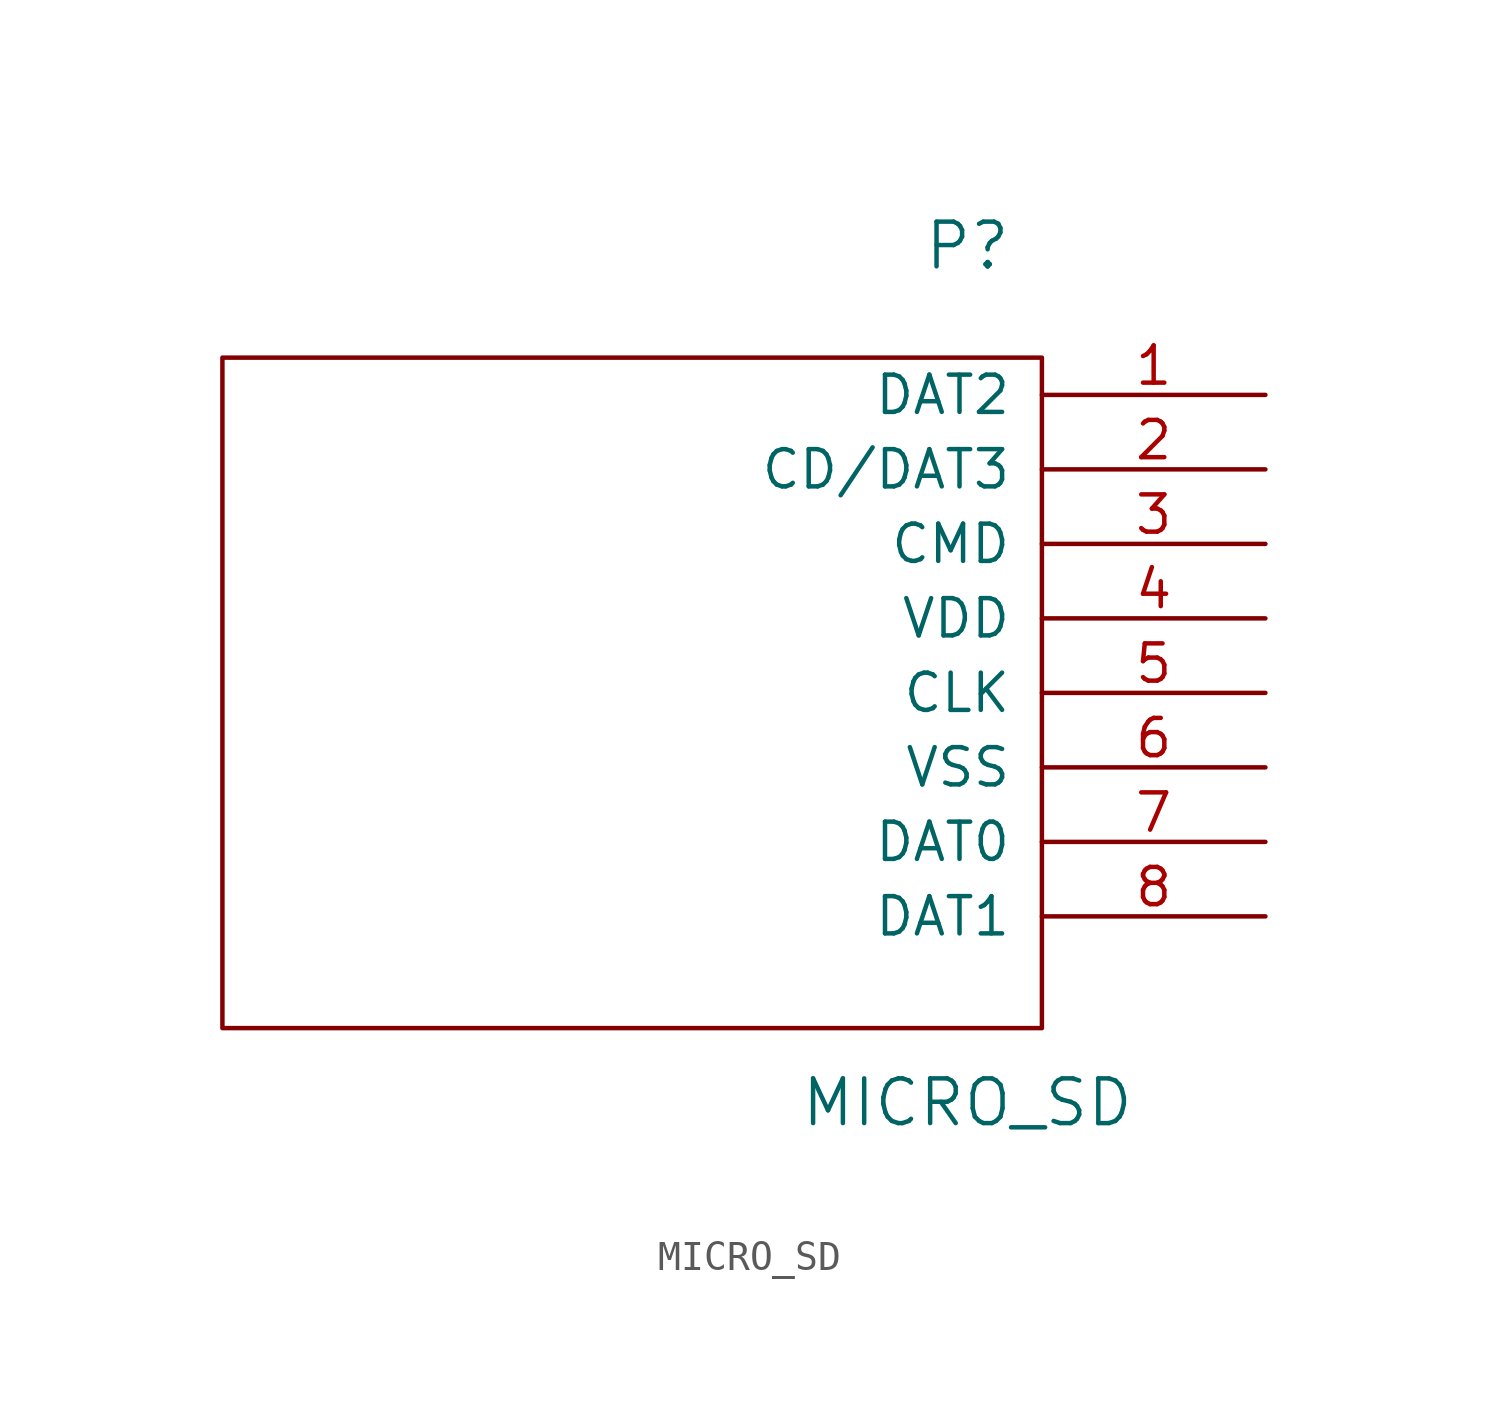
<source format=kicad_sym>
(kicad_symbol_lib
  (version 20220914)
  (generator kicad_symbol_editor)
  (symbol "MICRO_SD"
    (pin_names
      (offset 1.016))
    (property "Reference" "P"
      (at 0 13.97 0)
      (effects (font (size 1.524 1.524))))
    (property "Value" "MICRO_SD"
      (at 0 -15.24 0)
      (effects (font (size 1.524 1.524))))
    (property "Footprint" ""
      (at 0 0 0)
      (effects (font (size 1.524 1.524))))
    (property "Datasheet" ""
      (at 0 0 0)
      (effects (font (size 1.524 1.524))))
    (symbol "MICRO_SD_0_1"
      (rectangle (start -25.4 10.16) (end 2.54 -12.7) (stroke (width 0) (type solid)) (fill (type none))))
    (symbol "MICRO_SD_1_1"
      (pin input line (at 10.16 8.89 180) (length 7.62) (name "DAT2" (effects (font (size 1.27 1.27)))) (number "1" (effects (font (size 1.27 1.27)))))
      (pin input line (at 10.16 6.35 180) (length 7.62) (name "CD/DAT3" (effects (font (size 1.27 1.27)))) (number "2" (effects (font (size 1.27 1.27)))))
      (pin input line (at 10.16 3.81 180) (length 7.62) (name "CMD" (effects (font (size 1.27 1.27)))) (number "3" (effects (font (size 1.27 1.27)))))
      (pin power_in line (at 10.16 1.27 180) (length 7.62) (name "VDD" (effects (font (size 1.27 1.27)))) (number "4" (effects (font (size 1.27 1.27)))))
      (pin power_in line (at 10.16 -1.27 180) (length 7.62) (name "CLK" (effects (font (size 1.27 1.27)))) (number "5" (effects (font (size 1.27 1.27)))))
      (pin power_in line (at 10.16 -3.81 180) (length 7.62) (name "VSS" (effects (font (size 1.27 1.27)))) (number "6" (effects (font (size 1.27 1.27)))))
      (pin bidirectional line (at 10.16 -6.35 180) (length 7.62) (name "DAT0" (effects (font (size 1.27 1.27)))) (number "7" (effects (font (size 1.27 1.27)))))
      (pin bidirectional line (at 10.16 -8.89 180) (length 7.62) (name "DAT1" (effects (font (size 1.27 1.27)))) (number "8" (effects (font (size 1.27 1.27))))))))
</source>
